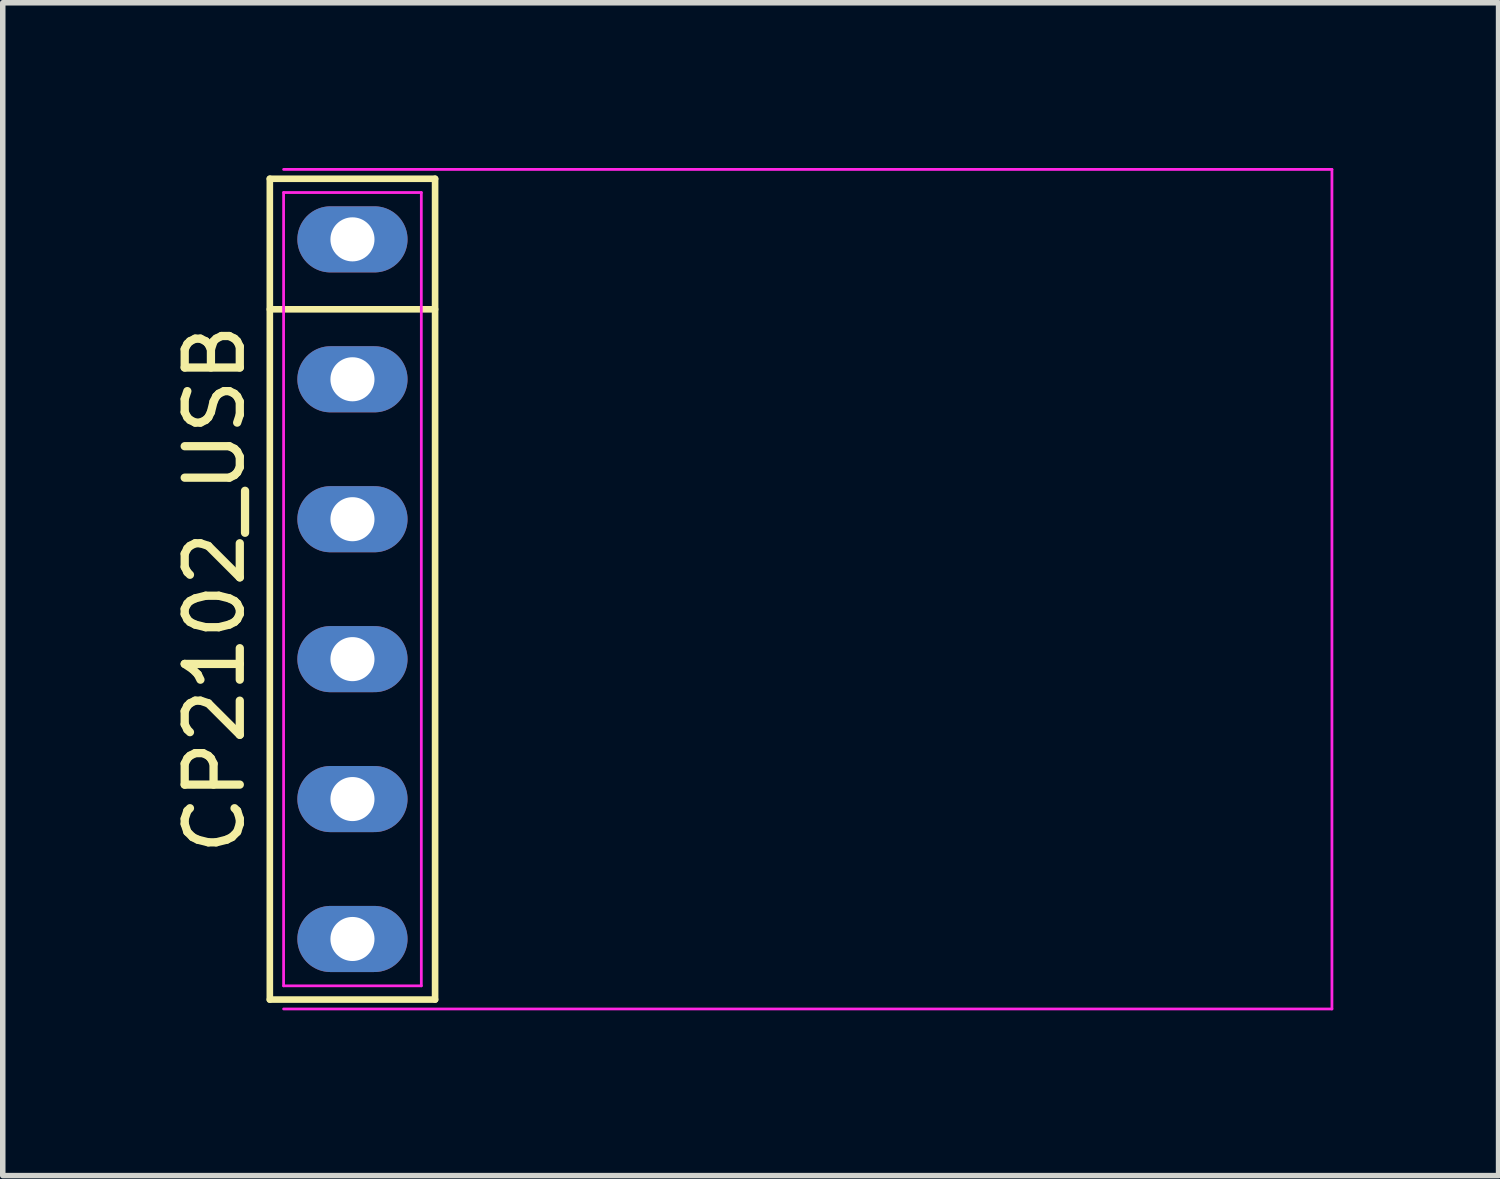
<source format=kicad_pcb>
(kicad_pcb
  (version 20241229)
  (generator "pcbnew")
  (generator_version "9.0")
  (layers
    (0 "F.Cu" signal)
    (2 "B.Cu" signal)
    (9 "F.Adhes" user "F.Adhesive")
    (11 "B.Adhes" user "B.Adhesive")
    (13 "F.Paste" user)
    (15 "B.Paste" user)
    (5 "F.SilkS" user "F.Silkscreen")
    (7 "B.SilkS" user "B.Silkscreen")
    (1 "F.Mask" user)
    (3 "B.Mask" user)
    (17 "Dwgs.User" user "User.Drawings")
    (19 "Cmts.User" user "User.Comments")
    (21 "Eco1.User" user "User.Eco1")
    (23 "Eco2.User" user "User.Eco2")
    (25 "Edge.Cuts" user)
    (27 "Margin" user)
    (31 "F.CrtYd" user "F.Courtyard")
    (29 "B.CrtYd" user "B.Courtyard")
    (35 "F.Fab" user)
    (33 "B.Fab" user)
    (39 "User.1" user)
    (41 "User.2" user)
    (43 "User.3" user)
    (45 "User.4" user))
  (footprint "CP2102_USB"
    (layer "F.Cu")
    (at 3.348 7.645)
    (property "Reference" "CP2102_USB" (at -2.5 0 270) (layer "F.SilkS") (effects (font (size 1 1) (thickness 0.15))))
    (fp_line (start -1.5 -7.45) (end 1.5 -7.45) (stroke (width 0.12) (type solid)) (layer "F.SilkS"))
    (fp_line (start -1.5 7.45) (end -1.5 -7.45) (stroke (width 0.12) (type solid)) (layer "F.SilkS"))
    (fp_line (start 1.5 -7.45) (end 1.5 7.45) (stroke (width 0.12) (type solid)) (layer "F.SilkS"))
    (fp_line (start 1.5 -5.08) (end -1.5 -5.08) (stroke (width 0.12) (type solid)) (layer "F.SilkS"))
    (fp_line (start 1.5 7.45) (end -1.5 7.45) (stroke (width 0.12) (type solid)) (layer "F.SilkS"))
    (fp_line (start -1.25 -7.2) (end 1.25 -7.2) (stroke (width 0.05) (type solid)) (layer "F.CrtYd"))
    (fp_line (start -1.25 7.2) (end -1.25 -7.2) (stroke (width 0.05) (type solid)) (layer "F.CrtYd"))
    (fp_line (start 1.25 -7.2) (end 1.25 7.2) (stroke (width 0.05) (type solid)) (layer "F.CrtYd"))
    (fp_line (start 1.25 7.2) (end -1.25 7.2) (stroke (width 0.05) (type solid)) (layer "F.CrtYd"))
    (fp_line (start 17.78 -7.62) (end -1.25 -7.62) (stroke (width 0.05) (type solid)) (layer "F.CrtYd"))
    (fp_line (start 17.78 -7.62) (end 17.78 7.62) (stroke (width 0.05) (type solid)) (layer "F.CrtYd"))
    (fp_line (start 17.78 7.62) (end -1.25 7.62) (stroke (width 0.05) (type solid)) (layer "F.CrtYd"))
    (pad "1" thru_hole oval (at 0 -6.35 270) (size 1.2 2) (drill 0.8) (layers "*.Cu" "*.Mask"))
    (pad "2" thru_hole oval (at 0 -3.81 270) (size 1.2 2) (drill 0.8) (layers "*.Cu" "*.Mask"))
    (pad "3" thru_hole oval (at 0 -1.27 270) (size 1.2 2) (drill 0.8) (layers "*.Cu" "*.Mask"))
    (pad "4" thru_hole oval (at 0 1.27 270) (size 1.2 2) (drill 0.8) (layers "*.Cu" "*.Mask"))
    (pad "5" thru_hole oval (at 0 3.81 270) (size 1.2 2) (drill 0.8) (layers "*.Cu" "*.Mask"))
    (pad "6" thru_hole oval (at 0 6.35 270) (size 1.2 2) (drill 0.8) (layers "*.Cu" "*.Mask")))
  (gr_rect
    (start -3 -3)
    (end 24.153 18.29)
    (stroke (width 0.1) (type default))
    (fill no)
    (layer "Edge.Cuts")))
</source>
